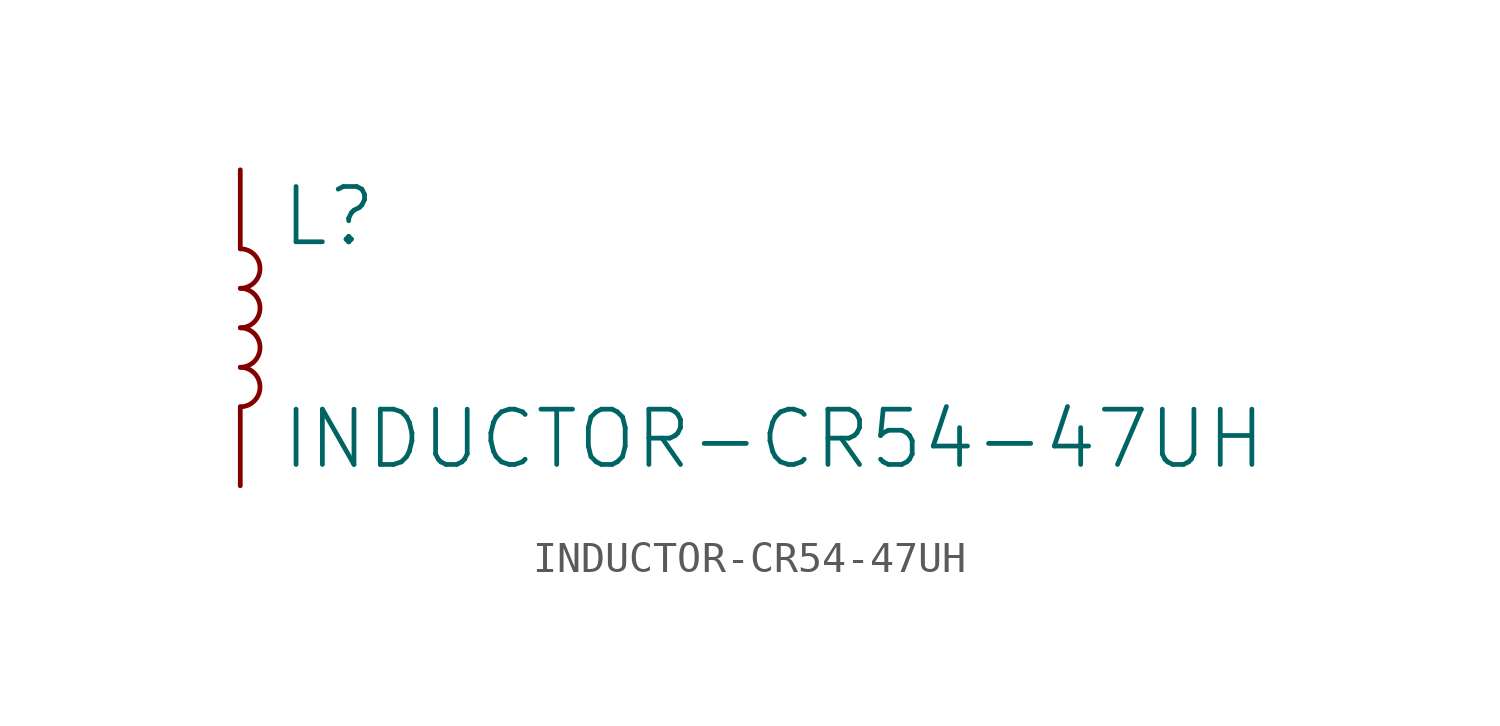
<source format=kicad_sym>
(kicad_symbol_lib
  (version 20211014)
  (generator kicad_symbol_editor)
  (symbol "INDUCTOR-CR54-47UH"
    (property "Reference" "L"
      (at 1.27 2.54 0)
      (effects (font (size 1.778 1.778)) (justify left bottom)))
    (property "Value" "INDUCTOR-CR54-47UH"
      (at 1.27 -2.54 0)
      (effects (font (size 1.778 1.778)) (justify left top)))
    (property "ki_locked" ""
      (at 0 0 0)
      (effects (font (size 1.27 1.27))))
    (symbol "INDUCTOR-CR54-47UH_1_0"
      (arc (start 0 -2.54) (mid 0.635 -1.905) (end 0 -1.27) (stroke (width 0.1524) (type default) (color 0 0 0 0)) (fill (type none)))
      (arc (start 0 -1.27) (mid 0.635 -0.635) (end 0 0) (stroke (width 0.1524) (type default) (color 0 0 0 0)) (fill (type none)))
      (arc (start 0 0) (mid 0.635 0.635) (end 0 1.27) (stroke (width 0.1524) (type default) (color 0 0 0 0)) (fill (type none)))
      (arc (start 0 1.27) (mid 0.635 1.905) (end 0 2.54) (stroke (width 0.1524) (type default) (color 0 0 0 0)) (fill (type none)))
      (pin passive line (at 0 5.08 270) (length 2.54) (name "1" (effects (font (size 0 0)))) (number "P$1" (effects (font (size 0 0)))))
      (pin passive line (at 0 -5.08 90) (length 2.54) (name "2" (effects (font (size 0 0)))) (number "P$2" (effects (font (size 0 0))))))))
</source>
